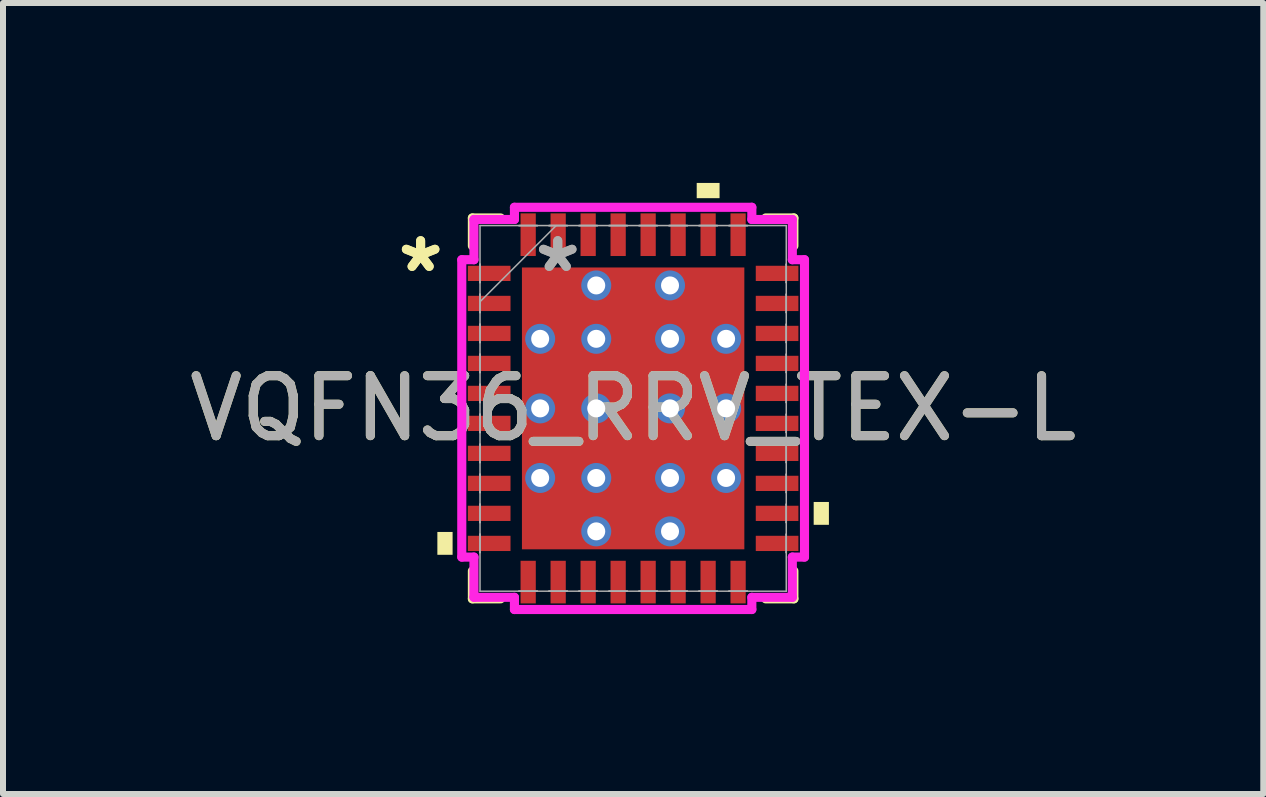
<source format=kicad_pcb>
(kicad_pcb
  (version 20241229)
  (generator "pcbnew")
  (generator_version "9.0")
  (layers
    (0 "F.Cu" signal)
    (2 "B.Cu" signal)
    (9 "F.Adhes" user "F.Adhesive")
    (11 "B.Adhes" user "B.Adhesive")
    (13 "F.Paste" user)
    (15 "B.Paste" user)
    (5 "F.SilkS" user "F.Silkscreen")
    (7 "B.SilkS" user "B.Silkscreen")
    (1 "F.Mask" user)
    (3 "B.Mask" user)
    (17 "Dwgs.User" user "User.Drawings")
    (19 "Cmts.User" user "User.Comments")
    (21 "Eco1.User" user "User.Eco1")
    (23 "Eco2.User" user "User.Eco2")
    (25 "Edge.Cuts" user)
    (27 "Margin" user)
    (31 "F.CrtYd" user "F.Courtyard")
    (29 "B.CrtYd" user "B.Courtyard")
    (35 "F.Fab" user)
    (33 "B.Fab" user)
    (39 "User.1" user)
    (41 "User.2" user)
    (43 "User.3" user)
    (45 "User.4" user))
  (footprint "VQFN36_RRV_TEX-L"
    (layer "F.Cu")
    (at 7.506 3.759)
    (property "Reference" "VQFN36_RRV_TEX-L" (at 0 0 0) (unlocked yes) (layer "F.SilkS") (effects (font (size 1 1) (thickness 0.15))))
    (attr smd)
    (fp_line (start -2.68 -3.175) (end -2.68 -2.71) (stroke (width 0.152) (type solid)) (layer "F.SilkS"))
    (fp_line (start -2.68 2.71) (end -2.68 3.175) (stroke (width 0.152) (type solid)) (layer "F.SilkS"))
    (fp_line (start -2.68 3.175) (end -2.21 3.175) (stroke (width 0.152) (type solid)) (layer "F.SilkS"))
    (fp_line (start -2.21 -3.175) (end -2.68 -3.175) (stroke (width 0.152) (type solid)) (layer "F.SilkS"))
    (fp_line (start 2.21 3.175) (end 2.68 3.175) (stroke (width 0.152) (type solid)) (layer "F.SilkS"))
    (fp_line (start 2.68 -3.175) (end 2.21 -3.175) (stroke (width 0.152) (type solid)) (layer "F.SilkS"))
    (fp_line (start 2.68 -2.71) (end 2.68 -3.175) (stroke (width 0.152) (type solid)) (layer "F.SilkS"))
    (fp_line (start 2.68 3.175) (end 2.68 2.71) (stroke (width 0.152) (type solid)) (layer "F.SilkS"))
    (fp_poly (pts (xy -3.264 2.06) (xy -3.264 2.441) (xy -3.01 2.441) (xy -3.01 2.06)) (stroke (width 0) (type solid)) (fill yes) (layer "F.SilkS"))
    (fp_poly (pts (xy 1.06 -3.505) (xy 1.06 -3.759) (xy 1.441 -3.759) (xy 1.441 -3.505)) (stroke (width 0) (type solid)) (fill yes) (layer "F.SilkS"))
    (fp_poly (pts (xy 3.264 1.56) (xy 3.264 1.941) (xy 3.01 1.941) (xy 3.01 1.56)) (stroke (width 0) (type solid)) (fill yes) (layer "F.SilkS"))
    (fp_line (start -2.857 -2.479) (end -2.654 -2.479) (stroke (width 0.152) (type solid)) (layer "F.CrtYd"))
    (fp_line (start -2.857 2.479) (end -2.857 -2.479) (stroke (width 0.152) (type solid)) (layer "F.CrtYd"))
    (fp_line (start -2.654 -3.15) (end -1.979 -3.15) (stroke (width 0.152) (type solid)) (layer "F.CrtYd"))
    (fp_line (start -2.654 -2.479) (end -2.654 -3.15) (stroke (width 0.152) (type solid)) (layer "F.CrtYd"))
    (fp_line (start -2.654 2.479) (end -2.857 2.479) (stroke (width 0.152) (type solid)) (layer "F.CrtYd"))
    (fp_line (start -2.654 3.15) (end -2.654 2.479) (stroke (width 0.152) (type solid)) (layer "F.CrtYd"))
    (fp_line (start -1.979 -3.353) (end 1.979 -3.353) (stroke (width 0.152) (type solid)) (layer "F.CrtYd"))
    (fp_line (start -1.979 -3.15) (end -1.979 -3.353) (stroke (width 0.152) (type solid)) (layer "F.CrtYd"))
    (fp_line (start -1.979 3.15) (end -2.654 3.15) (stroke (width 0.152) (type solid)) (layer "F.CrtYd"))
    (fp_line (start -1.979 3.353) (end -1.979 3.15) (stroke (width 0.152) (type solid)) (layer "F.CrtYd"))
    (fp_line (start 1.979 -3.353) (end 1.979 -3.15) (stroke (width 0.152) (type solid)) (layer "F.CrtYd"))
    (fp_line (start 1.979 -3.15) (end 2.654 -3.15) (stroke (width 0.152) (type solid)) (layer "F.CrtYd"))
    (fp_line (start 1.979 3.15) (end 1.979 3.353) (stroke (width 0.152) (type solid)) (layer "F.CrtYd"))
    (fp_line (start 1.979 3.353) (end -1.979 3.353) (stroke (width 0.152) (type solid)) (layer "F.CrtYd"))
    (fp_line (start 2.654 -3.15) (end 2.654 -2.479) (stroke (width 0.152) (type solid)) (layer "F.CrtYd"))
    (fp_line (start 2.654 -2.479) (end 2.857 -2.479) (stroke (width 0.152) (type solid)) (layer "F.CrtYd"))
    (fp_line (start 2.654 2.479) (end 2.654 3.15) (stroke (width 0.152) (type solid)) (layer "F.CrtYd"))
    (fp_line (start 2.654 3.15) (end 1.979 3.15) (stroke (width 0.152) (type solid)) (layer "F.CrtYd"))
    (fp_line (start 2.857 -2.479) (end 2.857 2.479) (stroke (width 0.152) (type solid)) (layer "F.CrtYd"))
    (fp_line (start 2.857 2.479) (end 2.654 2.479) (stroke (width 0.152) (type solid)) (layer "F.CrtYd"))
    (fp_line (start -2.553 -3.048) (end -2.553 3.048) (stroke (width 0.025) (type solid)) (layer "F.Fab"))
    (fp_line (start -2.553 -2.403) (end -2.553 -2.403) (stroke (width 0.025) (type solid)) (layer "F.Fab"))
    (fp_line (start -2.553 -2.403) (end -2.553 -2.098) (stroke (width 0.025) (type solid)) (layer "F.Fab"))
    (fp_line (start -2.553 -2.098) (end -2.553 -2.403) (stroke (width 0.025) (type solid)) (layer "F.Fab"))
    (fp_line (start -2.553 -2.098) (end -2.553 -2.098) (stroke (width 0.025) (type solid)) (layer "F.Fab"))
    (fp_line (start -2.553 -1.903) (end -2.553 -1.903) (stroke (width 0.025) (type solid)) (layer "F.Fab"))
    (fp_line (start -2.553 -1.903) (end -2.553 -1.598) (stroke (width 0.025) (type solid)) (layer "F.Fab"))
    (fp_line (start -2.553 -1.778) (end -1.283 -3.048) (stroke (width 0.025) (type solid)) (layer "F.Fab"))
    (fp_line (start -2.553 -1.598) (end -2.553 -1.903) (stroke (width 0.025) (type solid)) (layer "F.Fab"))
    (fp_line (start -2.553 -1.598) (end -2.553 -1.598) (stroke (width 0.025) (type solid)) (layer "F.Fab"))
    (fp_line (start -2.553 -1.403) (end -2.553 -1.403) (stroke (width 0.025) (type solid)) (layer "F.Fab"))
    (fp_line (start -2.553 -1.403) (end -2.553 -1.098) (stroke (width 0.025) (type solid)) (layer "F.Fab"))
    (fp_line (start -2.553 -1.098) (end -2.553 -1.403) (stroke (width 0.025) (type solid)) (layer "F.Fab"))
    (fp_line (start -2.553 -1.098) (end -2.553 -1.098) (stroke (width 0.025) (type solid)) (layer "F.Fab"))
    (fp_line (start -2.553 -0.903) (end -2.553 -0.903) (stroke (width 0.025) (type solid)) (layer "F.Fab"))
    (fp_line (start -2.553 -0.903) (end -2.553 -0.598) (stroke (width 0.025) (type solid)) (layer "F.Fab"))
    (fp_line (start -2.553 -0.598) (end -2.553 -0.903) (stroke (width 0.025) (type solid)) (layer "F.Fab"))
    (fp_line (start -2.553 -0.598) (end -2.553 -0.598) (stroke (width 0.025) (type solid)) (layer "F.Fab"))
    (fp_line (start -2.553 -0.402) (end -2.553 -0.402) (stroke (width 0.025) (type solid)) (layer "F.Fab"))
    (fp_line (start -2.553 -0.402) (end -2.553 -0.098) (stroke (width 0.025) (type solid)) (layer "F.Fab"))
    (fp_line (start -2.553 -0.098) (end -2.553 -0.402) (stroke (width 0.025) (type solid)) (layer "F.Fab"))
    (fp_line (start -2.553 -0.098) (end -2.553 -0.098) (stroke (width 0.025) (type solid)) (layer "F.Fab"))
    (fp_line (start -2.553 0.098) (end -2.553 0.098) (stroke (width 0.025) (type solid)) (layer "F.Fab"))
    (fp_line (start -2.553 0.098) (end -2.553 0.402) (stroke (width 0.025) (type solid)) (layer "F.Fab"))
    (fp_line (start -2.553 0.402) (end -2.553 0.098) (stroke (width 0.025) (type solid)) (layer "F.Fab"))
    (fp_line (start -2.553 0.402) (end -2.553 0.402) (stroke (width 0.025) (type solid)) (layer "F.Fab"))
    (fp_line (start -2.553 0.598) (end -2.553 0.598) (stroke (width 0.025) (type solid)) (layer "F.Fab"))
    (fp_line (start -2.553 0.598) (end -2.553 0.903) (stroke (width 0.025) (type solid)) (layer "F.Fab"))
    (fp_line (start -2.553 0.903) (end -2.553 0.598) (stroke (width 0.025) (type solid)) (layer "F.Fab"))
    (fp_line (start -2.553 0.903) (end -2.553 0.903) (stroke (width 0.025) (type solid)) (layer "F.Fab"))
    (fp_line (start -2.553 1.098) (end -2.553 1.098) (stroke (width 0.025) (type solid)) (layer "F.Fab"))
    (fp_line (start -2.553 1.098) (end -2.553 1.403) (stroke (width 0.025) (type solid)) (layer "F.Fab"))
    (fp_line (start -2.553 1.403) (end -2.553 1.098) (stroke (width 0.025) (type solid)) (layer "F.Fab"))
    (fp_line (start -2.553 1.403) (end -2.553 1.403) (stroke (width 0.025) (type solid)) (layer "F.Fab"))
    (fp_line (start -2.553 1.598) (end -2.553 1.598) (stroke (width 0.025) (type solid)) (layer "F.Fab"))
    (fp_line (start -2.553 1.598) (end -2.553 1.903) (stroke (width 0.025) (type solid)) (layer "F.Fab"))
    (fp_line (start -2.553 1.903) (end -2.553 1.598) (stroke (width 0.025) (type solid)) (layer "F.Fab"))
    (fp_line (start -2.553 1.903) (end -2.553 1.903) (stroke (width 0.025) (type solid)) (layer "F.Fab"))
    (fp_line (start -2.553 2.098) (end -2.553 2.098) (stroke (width 0.025) (type solid)) (layer "F.Fab"))
    (fp_line (start -2.553 2.098) (end -2.553 2.403) (stroke (width 0.025) (type solid)) (layer "F.Fab"))
    (fp_line (start -2.553 2.403) (end -2.553 2.098) (stroke (width 0.025) (type solid)) (layer "F.Fab"))
    (fp_line (start -2.553 2.403) (end -2.553 2.403) (stroke (width 0.025) (type solid)) (layer "F.Fab"))
    (fp_line (start -2.553 3.048) (end 2.553 3.048) (stroke (width 0.025) (type solid)) (layer "F.Fab"))
    (fp_line (start -1.903 -3.048) (end -1.903 -3.048) (stroke (width 0.025) (type solid)) (layer "F.Fab"))
    (fp_line (start -1.903 -3.048) (end -1.598 -3.048) (stroke (width 0.025) (type solid)) (layer "F.Fab"))
    (fp_line (start -1.903 3.048) (end -1.903 3.048) (stroke (width 0.025) (type solid)) (layer "F.Fab"))
    (fp_line (start -1.903 3.048) (end -1.598 3.048) (stroke (width 0.025) (type solid)) (layer "F.Fab"))
    (fp_line (start -1.598 -3.048) (end -1.903 -3.048) (stroke (width 0.025) (type solid)) (layer "F.Fab"))
    (fp_line (start -1.598 -3.048) (end -1.598 -3.048) (stroke (width 0.025) (type solid)) (layer "F.Fab"))
    (fp_line (start -1.598 3.048) (end -1.903 3.048) (stroke (width 0.025) (type solid)) (layer "F.Fab"))
    (fp_line (start -1.598 3.048) (end -1.598 3.048) (stroke (width 0.025) (type solid)) (layer "F.Fab"))
    (fp_line (start -1.403 -3.048) (end -1.403 -3.048) (stroke (width 0.025) (type solid)) (layer "F.Fab"))
    (fp_line (start -1.403 -3.048) (end -1.098 -3.048) (stroke (width 0.025) (type solid)) (layer "F.Fab"))
    (fp_line (start -1.403 3.048) (end -1.403 3.048) (stroke (width 0.025) (type solid)) (layer "F.Fab"))
    (fp_line (start -1.403 3.048) (end -1.098 3.048) (stroke (width 0.025) (type solid)) (layer "F.Fab"))
    (fp_line (start -1.098 -3.048) (end -1.403 -3.048) (stroke (width 0.025) (type solid)) (layer "F.Fab"))
    (fp_line (start -1.098 -3.048) (end -1.098 -3.048) (stroke (width 0.025) (type solid)) (layer "F.Fab"))
    (fp_line (start -1.098 3.048) (end -1.403 3.048) (stroke (width 0.025) (type solid)) (layer "F.Fab"))
    (fp_line (start -1.098 3.048) (end -1.098 3.048) (stroke (width 0.025) (type solid)) (layer "F.Fab"))
    (fp_line (start -0.903 -3.048) (end -0.903 -3.048) (stroke (width 0.025) (type solid)) (layer "F.Fab"))
    (fp_line (start -0.903 -3.048) (end -0.598 -3.048) (stroke (width 0.025) (type solid)) (layer "F.Fab"))
    (fp_line (start -0.903 3.048) (end -0.903 3.048) (stroke (width 0.025) (type solid)) (layer "F.Fab"))
    (fp_line (start -0.903 3.048) (end -0.598 3.048) (stroke (width 0.025) (type solid)) (layer "F.Fab"))
    (fp_line (start -0.598 -3.048) (end -0.903 -3.048) (stroke (width 0.025) (type solid)) (layer "F.Fab"))
    (fp_line (start -0.598 -3.048) (end -0.598 -3.048) (stroke (width 0.025) (type solid)) (layer "F.Fab"))
    (fp_line (start -0.598 3.048) (end -0.903 3.048) (stroke (width 0.025) (type solid)) (layer "F.Fab"))
    (fp_line (start -0.598 3.048) (end -0.598 3.048) (stroke (width 0.025) (type solid)) (layer "F.Fab"))
    (fp_line (start -0.402 -3.048) (end -0.402 -3.048) (stroke (width 0.025) (type solid)) (layer "F.Fab"))
    (fp_line (start -0.402 -3.048) (end -0.098 -3.048) (stroke (width 0.025) (type solid)) (layer "F.Fab"))
    (fp_line (start -0.402 3.048) (end -0.402 3.048) (stroke (width 0.025) (type solid)) (layer "F.Fab"))
    (fp_line (start -0.402 3.048) (end -0.098 3.048) (stroke (width 0.025) (type solid)) (layer "F.Fab"))
    (fp_line (start -0.098 -3.048) (end -0.402 -3.048) (stroke (width 0.025) (type solid)) (layer "F.Fab"))
    (fp_line (start -0.098 -3.048) (end -0.098 -3.048) (stroke (width 0.025) (type solid)) (layer "F.Fab"))
    (fp_line (start -0.098 3.048) (end -0.402 3.048) (stroke (width 0.025) (type solid)) (layer "F.Fab"))
    (fp_line (start -0.098 3.048) (end -0.098 3.048) (stroke (width 0.025) (type solid)) (layer "F.Fab"))
    (fp_line (start 0.098 -3.048) (end 0.098 -3.048) (stroke (width 0.025) (type solid)) (layer "F.Fab"))
    (fp_line (start 0.098 -3.048) (end 0.402 -3.048) (stroke (width 0.025) (type solid)) (layer "F.Fab"))
    (fp_line (start 0.098 3.048) (end 0.098 3.048) (stroke (width 0.025) (type solid)) (layer "F.Fab"))
    (fp_line (start 0.098 3.048) (end 0.402 3.048) (stroke (width 0.025) (type solid)) (layer "F.Fab"))
    (fp_line (start 0.402 -3.048) (end 0.098 -3.048) (stroke (width 0.025) (type solid)) (layer "F.Fab"))
    (fp_line (start 0.402 -3.048) (end 0.402 -3.048) (stroke (width 0.025) (type solid)) (layer "F.Fab"))
    (fp_line (start 0.402 3.048) (end 0.098 3.048) (stroke (width 0.025) (type solid)) (layer "F.Fab"))
    (fp_line (start 0.402 3.048) (end 0.402 3.048) (stroke (width 0.025) (type solid)) (layer "F.Fab"))
    (fp_line (start 0.598 -3.048) (end 0.598 -3.048) (stroke (width 0.025) (type solid)) (layer "F.Fab"))
    (fp_line (start 0.598 -3.048) (end 0.903 -3.048) (stroke (width 0.025) (type solid)) (layer "F.Fab"))
    (fp_line (start 0.598 3.048) (end 0.598 3.048) (stroke (width 0.025) (type solid)) (layer "F.Fab"))
    (fp_line (start 0.598 3.048) (end 0.903 3.048) (stroke (width 0.025) (type solid)) (layer "F.Fab"))
    (fp_line (start 0.903 -3.048) (end 0.598 -3.048) (stroke (width 0.025) (type solid)) (layer "F.Fab"))
    (fp_line (start 0.903 -3.048) (end 0.903 -3.048) (stroke (width 0.025) (type solid)) (layer "F.Fab"))
    (fp_line (start 0.903 3.048) (end 0.598 3.048) (stroke (width 0.025) (type solid)) (layer "F.Fab"))
    (fp_line (start 0.903 3.048) (end 0.903 3.048) (stroke (width 0.025) (type solid)) (layer "F.Fab"))
    (fp_line (start 1.098 -3.048) (end 1.098 -3.048) (stroke (width 0.025) (type solid)) (layer "F.Fab"))
    (fp_line (start 1.098 -3.048) (end 1.403 -3.048) (stroke (width 0.025) (type solid)) (layer "F.Fab"))
    (fp_line (start 1.098 3.048) (end 1.098 3.048) (stroke (width 0.025) (type solid)) (layer "F.Fab"))
    (fp_line (start 1.098 3.048) (end 1.403 3.048) (stroke (width 0.025) (type solid)) (layer "F.Fab"))
    (fp_line (start 1.403 -3.048) (end 1.098 -3.048) (stroke (width 0.025) (type solid)) (layer "F.Fab"))
    (fp_line (start 1.403 -3.048) (end 1.403 -3.048) (stroke (width 0.025) (type solid)) (layer "F.Fab"))
    (fp_line (start 1.403 3.048) (end 1.098 3.048) (stroke (width 0.025) (type solid)) (layer "F.Fab"))
    (fp_line (start 1.403 3.048) (end 1.403 3.048) (stroke (width 0.025) (type solid)) (layer "F.Fab"))
    (fp_line (start 1.598 -3.048) (end 1.598 -3.048) (stroke (width 0.025) (type solid)) (layer "F.Fab"))
    (fp_line (start 1.598 -3.048) (end 1.903 -3.048) (stroke (width 0.025) (type solid)) (layer "F.Fab"))
    (fp_line (start 1.598 3.048) (end 1.598 3.048) (stroke (width 0.025) (type solid)) (layer "F.Fab"))
    (fp_line (start 1.598 3.048) (end 1.903 3.048) (stroke (width 0.025) (type solid)) (layer "F.Fab"))
    (fp_line (start 1.903 -3.048) (end 1.598 -3.048) (stroke (width 0.025) (type solid)) (layer "F.Fab"))
    (fp_line (start 1.903 -3.048) (end 1.903 -3.048) (stroke (width 0.025) (type solid)) (layer "F.Fab"))
    (fp_line (start 1.903 3.048) (end 1.598 3.048) (stroke (width 0.025) (type solid)) (layer "F.Fab"))
    (fp_line (start 1.903 3.048) (end 1.903 3.048) (stroke (width 0.025) (type solid)) (layer "F.Fab"))
    (fp_line (start 2.553 -3.048) (end -2.553 -3.048) (stroke (width 0.025) (type solid)) (layer "F.Fab"))
    (fp_line (start 2.553 -2.403) (end 2.553 -2.403) (stroke (width 0.025) (type solid)) (layer "F.Fab"))
    (fp_line (start 2.553 -2.403) (end 2.553 -2.098) (stroke (width 0.025) (type solid)) (layer "F.Fab"))
    (fp_line (start 2.553 -2.098) (end 2.553 -2.403) (stroke (width 0.025) (type solid)) (layer "F.Fab"))
    (fp_line (start 2.553 -2.098) (end 2.553 -2.098) (stroke (width 0.025) (type solid)) (layer "F.Fab"))
    (fp_line (start 2.553 -1.903) (end 2.553 -1.903) (stroke (width 0.025) (type solid)) (layer "F.Fab"))
    (fp_line (start 2.553 -1.903) (end 2.553 -1.598) (stroke (width 0.025) (type solid)) (layer "F.Fab"))
    (fp_line (start 2.553 -1.598) (end 2.553 -1.903) (stroke (width 0.025) (type solid)) (layer "F.Fab"))
    (fp_line (start 2.553 -1.598) (end 2.553 -1.598) (stroke (width 0.025) (type solid)) (layer "F.Fab"))
    (fp_line (start 2.553 -1.403) (end 2.553 -1.403) (stroke (width 0.025) (type solid)) (layer "F.Fab"))
    (fp_line (start 2.553 -1.403) (end 2.553 -1.098) (stroke (width 0.025) (type solid)) (layer "F.Fab"))
    (fp_line (start 2.553 -1.098) (end 2.553 -1.403) (stroke (width 0.025) (type solid)) (layer "F.Fab"))
    (fp_line (start 2.553 -1.098) (end 2.553 -1.098) (stroke (width 0.025) (type solid)) (layer "F.Fab"))
    (fp_line (start 2.553 -0.903) (end 2.553 -0.903) (stroke (width 0.025) (type solid)) (layer "F.Fab"))
    (fp_line (start 2.553 -0.903) (end 2.553 -0.598) (stroke (width 0.025) (type solid)) (layer "F.Fab"))
    (fp_line (start 2.553 -0.598) (end 2.553 -0.903) (stroke (width 0.025) (type solid)) (layer "F.Fab"))
    (fp_line (start 2.553 -0.598) (end 2.553 -0.598) (stroke (width 0.025) (type solid)) (layer "F.Fab"))
    (fp_line (start 2.553 -0.402) (end 2.553 -0.402) (stroke (width 0.025) (type solid)) (layer "F.Fab"))
    (fp_line (start 2.553 -0.402) (end 2.553 -0.098) (stroke (width 0.025) (type solid)) (layer "F.Fab"))
    (fp_line (start 2.553 -0.098) (end 2.553 -0.402) (stroke (width 0.025) (type solid)) (layer "F.Fab"))
    (fp_line (start 2.553 -0.098) (end 2.553 -0.098) (stroke (width 0.025) (type solid)) (layer "F.Fab"))
    (fp_line (start 2.553 0.098) (end 2.553 0.098) (stroke (width 0.025) (type solid)) (layer "F.Fab"))
    (fp_line (start 2.553 0.098) (end 2.553 0.402) (stroke (width 0.025) (type solid)) (layer "F.Fab"))
    (fp_line (start 2.553 0.402) (end 2.553 0.098) (stroke (width 0.025) (type solid)) (layer "F.Fab"))
    (fp_line (start 2.553 0.402) (end 2.553 0.402) (stroke (width 0.025) (type solid)) (layer "F.Fab"))
    (fp_line (start 2.553 0.598) (end 2.553 0.598) (stroke (width 0.025) (type solid)) (layer "F.Fab"))
    (fp_line (start 2.553 0.598) (end 2.553 0.903) (stroke (width 0.025) (type solid)) (layer "F.Fab"))
    (fp_line (start 2.553 0.903) (end 2.553 0.598) (stroke (width 0.025) (type solid)) (layer "F.Fab"))
    (fp_line (start 2.553 0.903) (end 2.553 0.903) (stroke (width 0.025) (type solid)) (layer "F.Fab"))
    (fp_line (start 2.553 1.098) (end 2.553 1.098) (stroke (width 0.025) (type solid)) (layer "F.Fab"))
    (fp_line (start 2.553 1.098) (end 2.553 1.403) (stroke (width 0.025) (type solid)) (layer "F.Fab"))
    (fp_line (start 2.553 1.403) (end 2.553 1.098) (stroke (width 0.025) (type solid)) (layer "F.Fab"))
    (fp_line (start 2.553 1.403) (end 2.553 1.403) (stroke (width 0.025) (type solid)) (layer "F.Fab"))
    (fp_line (start 2.553 1.598) (end 2.553 1.598) (stroke (width 0.025) (type solid)) (layer "F.Fab"))
    (fp_line (start 2.553 1.598) (end 2.553 1.903) (stroke (width 0.025) (type solid)) (layer "F.Fab"))
    (fp_line (start 2.553 1.903) (end 2.553 1.598) (stroke (width 0.025) (type solid)) (layer "F.Fab"))
    (fp_line (start 2.553 1.903) (end 2.553 1.903) (stroke (width 0.025) (type solid)) (layer "F.Fab"))
    (fp_line (start 2.553 2.098) (end 2.553 2.098) (stroke (width 0.025) (type solid)) (layer "F.Fab"))
    (fp_line (start 2.553 2.098) (end 2.553 2.403) (stroke (width 0.025) (type solid)) (layer "F.Fab"))
    (fp_line (start 2.553 2.403) (end 2.553 2.098) (stroke (width 0.025) (type solid)) (layer "F.Fab"))
    (fp_line (start 2.553 2.403) (end 2.553 2.403) (stroke (width 0.025) (type solid)) (layer "F.Fab"))
    (fp_line (start 2.553 3.048) (end 2.553 -3.048) (stroke (width 0.025) (type solid)) (layer "F.Fab"))
    (fp_text user "*" (at -3.543 -2.251 0) (unlocked yes) (layer "F.SilkS") (effects (font (size 1 1) (thickness 0.15))))
    (fp_text user "*" (at -3.543 -2.251 0) (layer "F.SilkS") (effects (font (size 1 1) (thickness 0.15))))
    (fp_text user "*" (at -1.257 -2.251 0) (unlocked yes) (layer "F.Fab") (effects (font (size 1 1) (thickness 0.15))))
    (fp_text user "${REFERENCE}" (at 0 0 0) (unlocked yes) (layer "F.Fab") (effects (font (size 1 1) (thickness 0.15))))
    (fp_text user "*" (at -1.257 -2.251 0) (layer "F.Fab") (effects (font (size 1 1) (thickness 0.15))))
    (pad "1" smd rect (at -2.4 -2.251 90) (size 0.254 0.711) (layers "F.Cu" "F.Mask" "F.Paste"))
    (pad "2" smd rect (at -2.4 -1.75 90) (size 0.254 0.711) (layers "F.Cu" "F.Mask" "F.Paste"))
    (pad "3" smd rect (at -2.4 -1.25 90) (size 0.254 0.711) (layers "F.Cu" "F.Mask" "F.Paste"))
    (pad "4" smd rect (at -2.4 -0.75 90) (size 0.254 0.711) (layers "F.Cu" "F.Mask" "F.Paste"))
    (pad "5" smd rect (at -2.4 -0.25 90) (size 0.254 0.711) (layers "F.Cu" "F.Mask" "F.Paste"))
    (pad "6" smd rect (at -2.4 0.25 90) (size 0.254 0.711) (layers "F.Cu" "F.Mask" "F.Paste"))
    (pad "7" smd rect (at -2.4 0.75 90) (size 0.254 0.711) (layers "F.Cu" "F.Mask" "F.Paste"))
    (pad "8" smd rect (at -2.4 1.25 90) (size 0.254 0.711) (layers "F.Cu" "F.Mask" "F.Paste"))
    (pad "9" smd rect (at -2.4 1.75 90) (size 0.254 0.711) (layers "F.Cu" "F.Mask" "F.Paste"))
    (pad "10" smd rect (at -2.4 2.251 90) (size 0.254 0.711) (layers "F.Cu" "F.Mask" "F.Paste"))
    (pad "11" smd rect (at -1.75 2.896) (size 0.254 0.711) (layers "F.Cu" "F.Mask" "F.Paste"))
    (pad "12" smd rect (at -1.25 2.896) (size 0.254 0.711) (layers "F.Cu" "F.Mask" "F.Paste"))
    (pad "13" smd rect (at -0.75 2.896) (size 0.254 0.711) (layers "F.Cu" "F.Mask" "F.Paste"))
    (pad "14" smd rect (at -0.25 2.896) (size 0.254 0.711) (layers "F.Cu" "F.Mask" "F.Paste"))
    (pad "15" smd rect (at 0.25 2.896) (size 0.254 0.711) (layers "F.Cu" "F.Mask" "F.Paste"))
    (pad "16" smd rect (at 0.75 2.896) (size 0.254 0.711) (layers "F.Cu" "F.Mask" "F.Paste"))
    (pad "17" smd rect (at 1.25 2.896) (size 0.254 0.711) (layers "F.Cu" "F.Mask" "F.Paste"))
    (pad "18" smd rect (at 1.75 2.896) (size 0.254 0.711) (layers "F.Cu" "F.Mask" "F.Paste"))
    (pad "19" smd rect (at 2.4 2.251 90) (size 0.254 0.711) (layers "F.Cu" "F.Mask" "F.Paste"))
    (pad "20" smd rect (at 2.4 1.75 90) (size 0.254 0.711) (layers "F.Cu" "F.Mask" "F.Paste"))
    (pad "21" smd rect (at 2.4 1.25 90) (size 0.254 0.711) (layers "F.Cu" "F.Mask" "F.Paste"))
    (pad "22" smd rect (at 2.4 0.75 90) (size 0.254 0.711) (layers "F.Cu" "F.Mask" "F.Paste"))
    (pad "23" smd rect (at 2.4 0.25 90) (size 0.254 0.711) (layers "F.Cu" "F.Mask" "F.Paste"))
    (pad "24" smd rect (at 2.4 -0.25 90) (size 0.254 0.711) (layers "F.Cu" "F.Mask" "F.Paste"))
    (pad "25" smd rect (at 2.4 -0.75 90) (size 0.254 0.711) (layers "F.Cu" "F.Mask" "F.Paste"))
    (pad "26" smd rect (at 2.4 -1.25 90) (size 0.254 0.711) (layers "F.Cu" "F.Mask" "F.Paste"))
    (pad "27" smd rect (at 2.4 -1.75 90) (size 0.254 0.711) (layers "F.Cu" "F.Mask" "F.Paste"))
    (pad "28" smd rect (at 2.4 -2.251 90) (size 0.254 0.711) (layers "F.Cu" "F.Mask" "F.Paste"))
    (pad "29" smd rect (at 1.75 -2.896) (size 0.254 0.711) (layers "F.Cu" "F.Mask" "F.Paste"))
    (pad "30" smd rect (at 1.25 -2.896) (size 0.254 0.711) (layers "F.Cu" "F.Mask" "F.Paste"))
    (pad "31" smd rect (at 0.75 -2.896) (size 0.254 0.711) (layers "F.Cu" "F.Mask" "F.Paste"))
    (pad "32" smd rect (at 0.25 -2.896) (size 0.254 0.711) (layers "F.Cu" "F.Mask" "F.Paste"))
    (pad "33" smd rect (at -0.25 -2.896) (size 0.254 0.711) (layers "F.Cu" "F.Mask" "F.Paste"))
    (pad "34" smd rect (at -0.75 -2.896) (size 0.254 0.711) (layers "F.Cu" "F.Mask" "F.Paste"))
    (pad "35" smd rect (at -1.25 -2.896) (size 0.254 0.711) (layers "F.Cu" "F.Mask" "F.Paste"))
    (pad "36" smd rect (at -1.75 -2.896) (size 0.254 0.711) (layers "F.Cu" "F.Mask" "F.Paste"))
    (pad "37" thru_hole circle (at -1.55 -1.16) (size 0.5 0.5) (drill 0.3) (layers "*.Cu" "*.Mask"))
    (pad "37" thru_hole circle (at -1.55 0) (size 0.5 0.5) (drill 0.3) (layers "*.Cu" "*.Mask"))
    (pad "37" thru_hole circle (at -1.55 1.16) (size 0.5 0.5) (drill 0.3) (layers "*.Cu" "*.Mask"))
    (pad "37" thru_hole circle (at -0.615 -2.05) (size 0.5 0.5) (drill 0.3) (layers "*.Cu" "*.Mask"))
    (pad "37" thru_hole circle (at -0.615 -1.16) (size 0.5 0.5) (drill 0.3) (layers "*.Cu" "*.Mask"))
    (pad "37" thru_hole circle (at -0.615 0) (size 0.5 0.5) (drill 0.3) (layers "*.Cu" "*.Mask"))
    (pad "37" thru_hole circle (at -0.615 1.16) (size 0.5 0.5) (drill 0.3) (layers "*.Cu" "*.Mask"))
    (pad "37" thru_hole circle (at -0.615 2.05) (size 0.5 0.5) (drill 0.3) (layers "*.Cu" "*.Mask"))
    (pad "37" smd rect (at 0 0) (size 3.708 4.699) (layers "F.Cu" "F.Mask" "F.Paste"))
    (pad "37" thru_hole circle (at 0.615 -2.05) (size 0.5 0.5) (drill 0.3) (layers "*.Cu" "*.Mask"))
    (pad "37" thru_hole circle (at 0.615 -1.16) (size 0.5 0.5) (drill 0.3) (layers "*.Cu" "*.Mask"))
    (pad "37" thru_hole circle (at 0.615 0) (size 0.5 0.5) (drill 0.3) (layers "*.Cu" "*.Mask"))
    (pad "37" thru_hole circle (at 0.615 1.16) (size 0.5 0.5) (drill 0.3) (layers "*.Cu" "*.Mask"))
    (pad "37" thru_hole circle (at 0.615 2.05) (size 0.5 0.5) (drill 0.3) (layers "*.Cu" "*.Mask"))
    (pad "37" thru_hole circle (at 1.55 -1.16) (size 0.5 0.5) (drill 0.3) (layers "*.Cu" "*.Mask"))
    (pad "37" thru_hole circle (at 1.55 0) (size 0.5 0.5) (drill 0.3) (layers "*.Cu" "*.Mask"))
    (pad "37" thru_hole circle (at 1.55 1.16) (size 0.5 0.5) (drill 0.3) (layers "*.Cu" "*.Mask")))
  (gr_rect
    (start -3 -3)
    (end 18.012 10.188)
    (stroke (width 0.1) (type default))
    (fill no)
    (layer "Edge.Cuts")))
</source>
